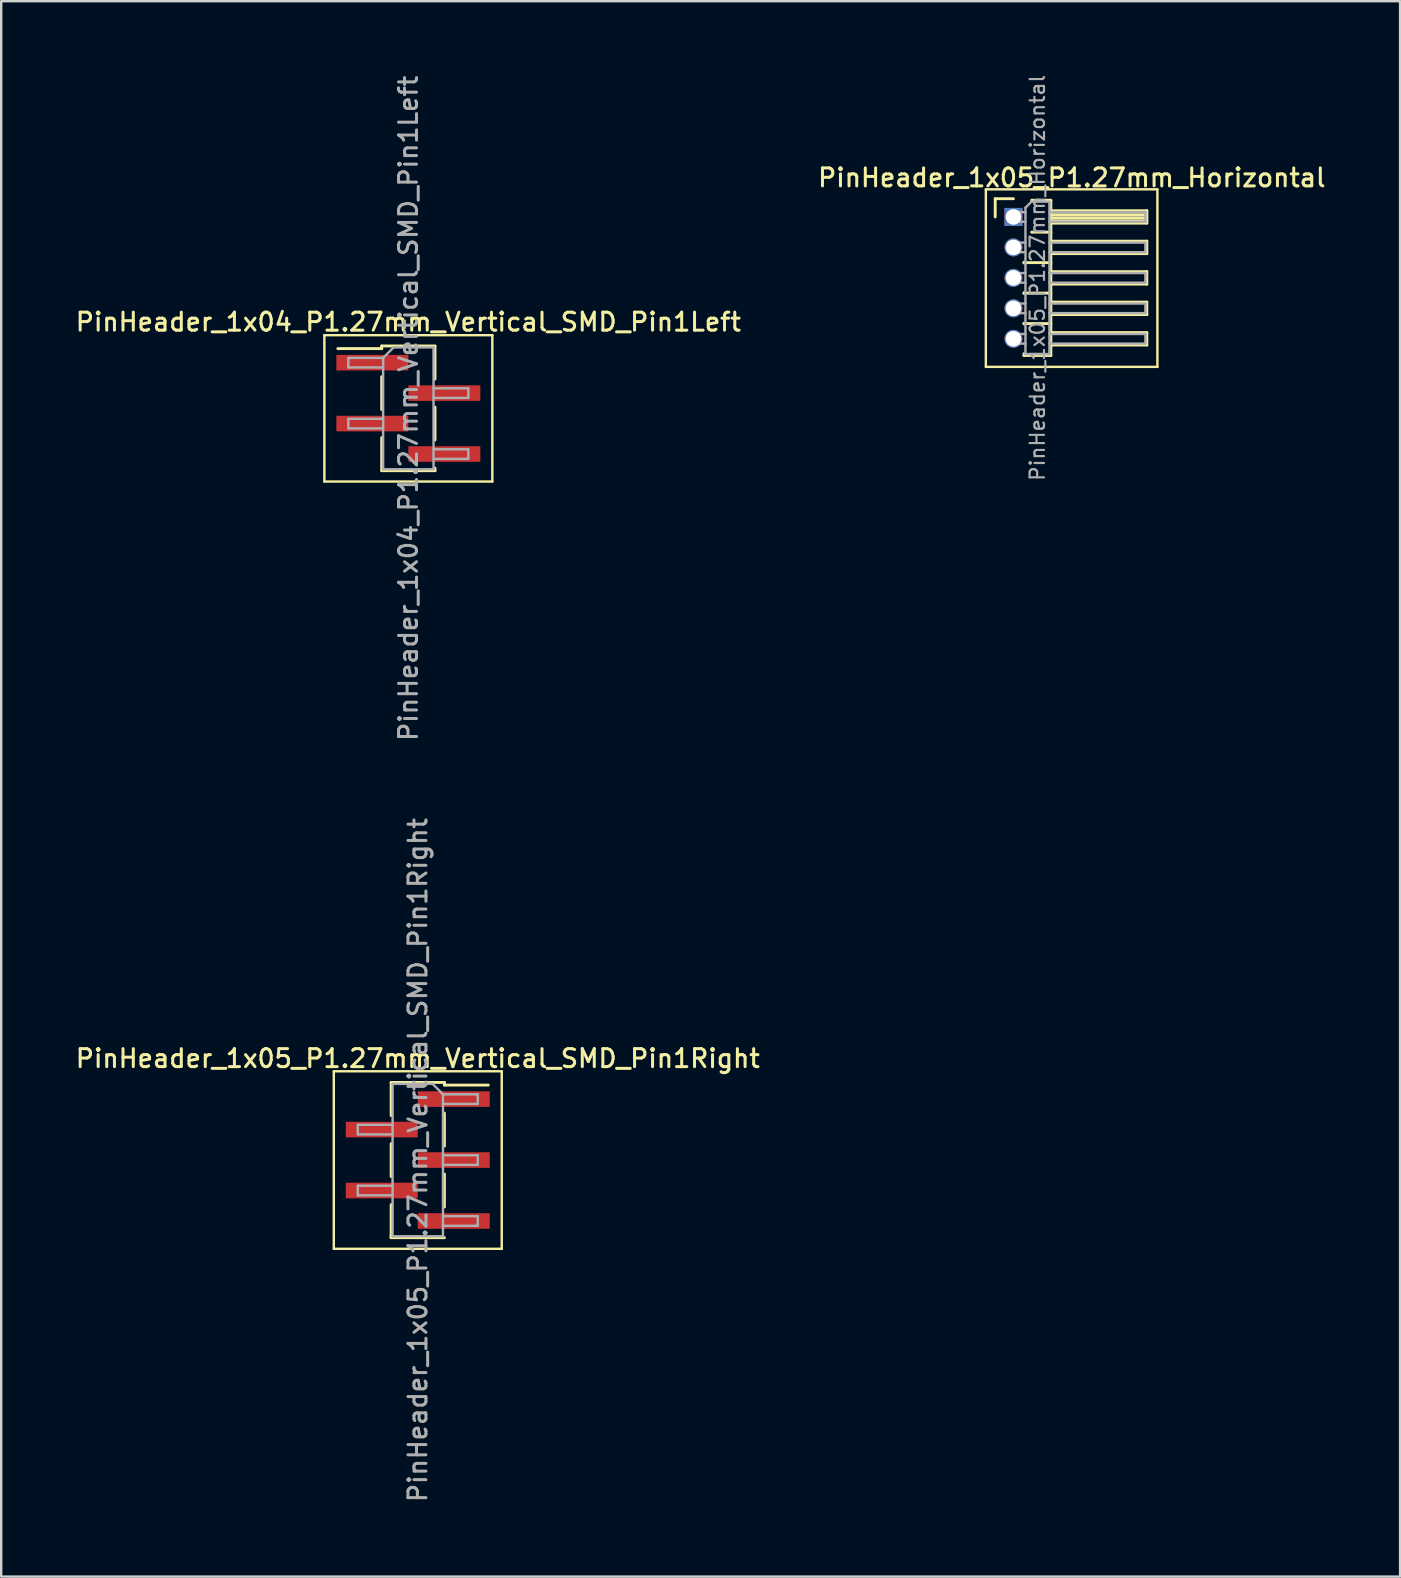
<source format=kicad_pcb>
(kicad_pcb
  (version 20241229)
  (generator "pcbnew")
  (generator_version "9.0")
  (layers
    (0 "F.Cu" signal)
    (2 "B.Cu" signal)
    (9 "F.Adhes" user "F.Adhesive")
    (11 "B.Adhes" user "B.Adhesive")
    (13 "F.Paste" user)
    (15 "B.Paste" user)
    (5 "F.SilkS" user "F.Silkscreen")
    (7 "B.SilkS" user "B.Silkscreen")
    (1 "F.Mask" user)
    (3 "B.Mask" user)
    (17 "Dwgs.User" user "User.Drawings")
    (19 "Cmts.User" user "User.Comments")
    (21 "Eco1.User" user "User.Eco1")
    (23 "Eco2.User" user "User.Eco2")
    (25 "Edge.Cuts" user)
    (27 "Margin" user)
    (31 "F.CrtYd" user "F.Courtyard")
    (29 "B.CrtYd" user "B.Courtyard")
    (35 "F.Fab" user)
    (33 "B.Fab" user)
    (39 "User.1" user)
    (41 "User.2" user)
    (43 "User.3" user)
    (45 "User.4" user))
  (footprint "PinHeader_1x05_P1.27mm_Vertical_SMD_Pin1Right"
    (layer "F.Cu")
    (at 14.363 45.302)
    (property "Reference" "PinHeader_1x05_P1.27mm_Vertical_SMD_Pin1Right" (at 0 -4.235 0) (layer "F.SilkS") (effects (font (size 0.75 0.75) (thickness 0.125))))
    (attr smd)
    (fp_line (start -3.5 -3.7) (end -3.5 3.7) (stroke (width 0.1) (type solid)) (layer "F.SilkS"))
    (fp_line (start -3.5 3.7) (end 3.5 3.7) (stroke (width 0.1) (type solid)) (layer "F.SilkS"))
    (fp_line (start -1.11 -3.235) (end 1.11 -3.235) (stroke (width 0.12) (type solid)) (layer "F.SilkS"))
    (fp_line (start -1.11 -3.225) (end -1.11 -1.855) (stroke (width 0.12) (type solid)) (layer "F.SilkS"))
    (fp_line (start -1.11 -0.685) (end -1.11 0.685) (stroke (width 0.12) (type solid)) (layer "F.SilkS"))
    (fp_line (start -1.11 1.855) (end -1.11 3.225) (stroke (width 0.12) (type solid)) (layer "F.SilkS"))
    (fp_line (start -1.11 3.125) (end -1.11 3.235) (stroke (width 0.12) (type solid)) (layer "F.SilkS"))
    (fp_line (start -1.11 3.235) (end 1.11 3.235) (stroke (width 0.12) (type solid)) (layer "F.SilkS"))
    (fp_line (start 1.11 -3.235) (end 1.11 -3.125) (stroke (width 0.12) (type solid)) (layer "F.SilkS"))
    (fp_line (start 1.11 -3.125) (end 2.94 -3.125) (stroke (width 0.12) (type solid)) (layer "F.SilkS"))
    (fp_line (start 1.11 -1.955) (end 1.11 -0.585) (stroke (width 0.12) (type solid)) (layer "F.SilkS"))
    (fp_line (start 1.11 0.585) (end 1.11 1.955) (stroke (width 0.12) (type solid)) (layer "F.SilkS"))
    (fp_line (start 3.5 -3.7) (end -3.5 -3.7) (stroke (width 0.1) (type solid)) (layer "F.SilkS"))
    (fp_line (start 3.5 3.7) (end 3.5 -3.7) (stroke (width 0.1) (type solid)) (layer "F.SilkS"))
    (fp_line (start -2.5 -1.47) (end -2.5 -1.07) (stroke (width 0.1) (type solid)) (layer "F.Fab"))
    (fp_line (start -2.5 -1.07) (end -1.05 -1.07) (stroke (width 0.1) (type solid)) (layer "F.Fab"))
    (fp_line (start -2.5 1.07) (end -2.5 1.47) (stroke (width 0.1) (type solid)) (layer "F.Fab"))
    (fp_line (start -2.5 1.47) (end -1.05 1.47) (stroke (width 0.1) (type solid)) (layer "F.Fab"))
    (fp_line (start -1.05 -3.175) (end -1.05 3.175) (stroke (width 0.1) (type solid)) (layer "F.Fab"))
    (fp_line (start -1.05 -3.175) (end 0.615 -3.175) (stroke (width 0.1) (type solid)) (layer "F.Fab"))
    (fp_line (start -1.05 -1.47) (end -2.5 -1.47) (stroke (width 0.1) (type solid)) (layer "F.Fab"))
    (fp_line (start -1.05 1.07) (end -2.5 1.07) (stroke (width 0.1) (type solid)) (layer "F.Fab"))
    (fp_line (start 1.05 -2.74) (end 0.615 -3.175) (stroke (width 0.1) (type solid)) (layer "F.Fab"))
    (fp_line (start 1.05 -2.74) (end 2.5 -2.74) (stroke (width 0.1) (type solid)) (layer "F.Fab"))
    (fp_line (start 1.05 -0.2) (end 2.5 -0.2) (stroke (width 0.1) (type solid)) (layer "F.Fab"))
    (fp_line (start 1.05 2.34) (end 2.5 2.34) (stroke (width 0.1) (type solid)) (layer "F.Fab"))
    (fp_line (start 1.05 3.175) (end -1.05 3.175) (stroke (width 0.1) (type solid)) (layer "F.Fab"))
    (fp_line (start 1.05 3.175) (end 1.05 -2.74) (stroke (width 0.1) (type solid)) (layer "F.Fab"))
    (fp_line (start 2.5 -2.74) (end 2.5 -2.34) (stroke (width 0.1) (type solid)) (layer "F.Fab"))
    (fp_line (start 2.5 -2.34) (end 1.05 -2.34) (stroke (width 0.1) (type solid)) (layer "F.Fab"))
    (fp_line (start 2.5 -0.2) (end 2.5 0.2) (stroke (width 0.1) (type solid)) (layer "F.Fab"))
    (fp_line (start 2.5 0.2) (end 1.05 0.2) (stroke (width 0.1) (type solid)) (layer "F.Fab"))
    (fp_line (start 2.5 2.34) (end 2.5 2.74) (stroke (width 0.1) (type solid)) (layer "F.Fab"))
    (fp_line (start 2.5 2.74) (end 1.05 2.74) (stroke (width 0.1) (type solid)) (layer "F.Fab"))
    (fp_text user "${REFERENCE}" (at 0 0 90) (layer "F.Fab") (effects (font (size 0.75 0.75) (thickness 0.125))))
    (pad "1" smd rect (at 1.5 -2.54) (size 3 0.65) (layers "F.Cu" "F.Mask" "F.Paste"))
    (pad "2" smd rect (at -1.5 -1.27) (size 3 0.65) (layers "F.Cu" "F.Mask" "F.Paste"))
    (pad "3" smd rect (at 1.5 0) (size 3 0.65) (layers "F.Cu" "F.Mask" "F.Paste"))
    (pad "4" smd rect (at -1.5 1.27) (size 3 0.65) (layers "F.Cu" "F.Mask" "F.Paste"))
    (pad "5" smd rect (at 1.5 2.54) (size 3 0.65) (layers "F.Cu" "F.Mask" "F.Paste")))
  (footprint "PinHeader_1x05_P1.27mm_Horizontal"
    (layer "F.Cu")
    (at 39.191 5.992)
    (property "Reference" "PinHeader_1x05_P1.27mm_Horizontal" (at 2.433 -1.635 0) (layer "F.SilkS") (effects (font (size 0.75 0.75) (thickness 0.125))))
    (attr through_hole)
    (fp_line (start -1.15 -1.15) (end -1.15 6.25) (stroke (width 0.1) (type solid)) (layer "F.SilkS"))
    (fp_line (start -1.15 6.25) (end 6 6.25) (stroke (width 0.1) (type solid)) (layer "F.SilkS"))
    (fp_line (start -0.76 -0.76) (end 0 -0.76) (stroke (width 0.12) (type solid)) (layer "F.SilkS"))
    (fp_line (start -0.76 0) (end -0.76 -0.76) (stroke (width 0.12) (type solid)) (layer "F.SilkS"))
    (fp_line (start 0.44 1.89) (end 0.44 1.92) (stroke (width 0.12) (type solid)) (layer "F.SilkS"))
    (fp_line (start 0.44 1.905) (end 1.56 1.905) (stroke (width 0.12) (type solid)) (layer "F.SilkS"))
    (fp_line (start 0.44 3.16) (end 0.44 3.19) (stroke (width 0.12) (type solid)) (layer "F.SilkS"))
    (fp_line (start 0.44 3.175) (end 1.56 3.175) (stroke (width 0.12) (type solid)) (layer "F.SilkS"))
    (fp_line (start 0.44 4.43) (end 0.44 4.46) (stroke (width 0.12) (type solid)) (layer "F.SilkS"))
    (fp_line (start 0.44 4.445) (end 1.56 4.445) (stroke (width 0.12) (type solid)) (layer "F.SilkS"))
    (fp_line (start 0.44 5.775) (end 0.44 5.7) (stroke (width 0.12) (type solid)) (layer "F.SilkS"))
    (fp_line (start 0.76 -0.695) (end 1.56 -0.695) (stroke (width 0.12) (type solid)) (layer "F.SilkS"))
    (fp_line (start 0.76 0.635) (end 1.56 0.635) (stroke (width 0.12) (type solid)) (layer "F.SilkS"))
    (fp_line (start 1.56 -0.695) (end 1.56 5.775) (stroke (width 0.12) (type solid)) (layer "F.SilkS"))
    (fp_line (start 1.56 -0.26) (end 5.56 -0.26) (stroke (width 0.12) (type solid)) (layer "F.SilkS"))
    (fp_line (start 1.56 -0.2) (end 5.56 -0.2) (stroke (width 0.12) (type solid)) (layer "F.SilkS"))
    (fp_line (start 1.56 -0.08) (end 5.56 -0.08) (stroke (width 0.12) (type solid)) (layer "F.SilkS"))
    (fp_line (start 1.56 0.04) (end 5.56 0.04) (stroke (width 0.12) (type solid)) (layer "F.SilkS"))
    (fp_line (start 1.56 0.16) (end 5.56 0.16) (stroke (width 0.12) (type solid)) (layer "F.SilkS"))
    (fp_line (start 1.56 1.01) (end 5.56 1.01) (stroke (width 0.12) (type solid)) (layer "F.SilkS"))
    (fp_line (start 1.56 2.28) (end 5.56 2.28) (stroke (width 0.12) (type solid)) (layer "F.SilkS"))
    (fp_line (start 1.56 3.55) (end 5.56 3.55) (stroke (width 0.12) (type solid)) (layer "F.SilkS"))
    (fp_line (start 1.56 4.82) (end 5.56 4.82) (stroke (width 0.12) (type solid)) (layer "F.SilkS"))
    (fp_line (start 1.56 5.775) (end 0.44 5.775) (stroke (width 0.12) (type solid)) (layer "F.SilkS"))
    (fp_line (start 5.56 -0.26) (end 5.56 0.26) (stroke (width 0.12) (type solid)) (layer "F.SilkS"))
    (fp_line (start 5.56 0.26) (end 1.56 0.26) (stroke (width 0.12) (type solid)) (layer "F.SilkS"))
    (fp_line (start 5.56 1.01) (end 5.56 1.53) (stroke (width 0.12) (type solid)) (layer "F.SilkS"))
    (fp_line (start 5.56 1.53) (end 1.56 1.53) (stroke (width 0.12) (type solid)) (layer "F.SilkS"))
    (fp_line (start 5.56 2.28) (end 5.56 2.8) (stroke (width 0.12) (type solid)) (layer "F.SilkS"))
    (fp_line (start 5.56 2.8) (end 1.56 2.8) (stroke (width 0.12) (type solid)) (layer "F.SilkS"))
    (fp_line (start 5.56 3.55) (end 5.56 4.07) (stroke (width 0.12) (type solid)) (layer "F.SilkS"))
    (fp_line (start 5.56 4.07) (end 1.56 4.07) (stroke (width 0.12) (type solid)) (layer "F.SilkS"))
    (fp_line (start 5.56 4.82) (end 5.56 5.34) (stroke (width 0.12) (type solid)) (layer "F.SilkS"))
    (fp_line (start 5.56 5.34) (end 1.56 5.34) (stroke (width 0.12) (type solid)) (layer "F.SilkS"))
    (fp_line (start 6 -1.15) (end -1.15 -1.15) (stroke (width 0.1) (type solid)) (layer "F.SilkS"))
    (fp_line (start 6 6.25) (end 6 -1.15) (stroke (width 0.1) (type solid)) (layer "F.SilkS"))
    (fp_line (start -0.2 -0.2) (end -0.2 0.2) (stroke (width 0.1) (type solid)) (layer "F.Fab"))
    (fp_line (start -0.2 -0.2) (end 0.5 -0.2) (stroke (width 0.1) (type solid)) (layer "F.Fab"))
    (fp_line (start -0.2 0.2) (end 0.5 0.2) (stroke (width 0.1) (type solid)) (layer "F.Fab"))
    (fp_line (start -0.2 1.07) (end -0.2 1.47) (stroke (width 0.1) (type solid)) (layer "F.Fab"))
    (fp_line (start -0.2 1.07) (end 0.5 1.07) (stroke (width 0.1) (type solid)) (layer "F.Fab"))
    (fp_line (start -0.2 1.47) (end 0.5 1.47) (stroke (width 0.1) (type solid)) (layer "F.Fab"))
    (fp_line (start -0.2 2.34) (end -0.2 2.74) (stroke (width 0.1) (type solid)) (layer "F.Fab"))
    (fp_line (start -0.2 2.34) (end 0.5 2.34) (stroke (width 0.1) (type solid)) (layer "F.Fab"))
    (fp_line (start -0.2 2.74) (end 0.5 2.74) (stroke (width 0.1) (type solid)) (layer "F.Fab"))
    (fp_line (start -0.2 3.61) (end -0.2 4.01) (stroke (width 0.1) (type solid)) (layer "F.Fab"))
    (fp_line (start -0.2 3.61) (end 0.5 3.61) (stroke (width 0.1) (type solid)) (layer "F.Fab"))
    (fp_line (start -0.2 4.01) (end 0.5 4.01) (stroke (width 0.1) (type solid)) (layer "F.Fab"))
    (fp_line (start -0.2 4.88) (end -0.2 5.28) (stroke (width 0.1) (type solid)) (layer "F.Fab"))
    (fp_line (start -0.2 4.88) (end 0.5 4.88) (stroke (width 0.1) (type solid)) (layer "F.Fab"))
    (fp_line (start -0.2 5.28) (end 0.5 5.28) (stroke (width 0.1) (type solid)) (layer "F.Fab"))
    (fp_line (start 0.5 -0.385) (end 0.75 -0.635) (stroke (width 0.1) (type solid)) (layer "F.Fab"))
    (fp_line (start 0.5 5.715) (end 0.5 -0.385) (stroke (width 0.1) (type solid)) (layer "F.Fab"))
    (fp_line (start 0.75 -0.635) (end 1.5 -0.635) (stroke (width 0.1) (type solid)) (layer "F.Fab"))
    (fp_line (start 1.5 -0.635) (end 1.5 5.715) (stroke (width 0.1) (type solid)) (layer "F.Fab"))
    (fp_line (start 1.5 -0.2) (end 5.5 -0.2) (stroke (width 0.1) (type solid)) (layer "F.Fab"))
    (fp_line (start 1.5 0.2) (end 5.5 0.2) (stroke (width 0.1) (type solid)) (layer "F.Fab"))
    (fp_line (start 1.5 1.07) (end 5.5 1.07) (stroke (width 0.1) (type solid)) (layer "F.Fab"))
    (fp_line (start 1.5 1.47) (end 5.5 1.47) (stroke (width 0.1) (type solid)) (layer "F.Fab"))
    (fp_line (start 1.5 2.34) (end 5.5 2.34) (stroke (width 0.1) (type solid)) (layer "F.Fab"))
    (fp_line (start 1.5 2.74) (end 5.5 2.74) (stroke (width 0.1) (type solid)) (layer "F.Fab"))
    (fp_line (start 1.5 3.61) (end 5.5 3.61) (stroke (width 0.1) (type solid)) (layer "F.Fab"))
    (fp_line (start 1.5 4.01) (end 5.5 4.01) (stroke (width 0.1) (type solid)) (layer "F.Fab"))
    (fp_line (start 1.5 4.88) (end 5.5 4.88) (stroke (width 0.1) (type solid)) (layer "F.Fab"))
    (fp_line (start 1.5 5.28) (end 5.5 5.28) (stroke (width 0.1) (type solid)) (layer "F.Fab"))
    (fp_line (start 1.5 5.715) (end 0.5 5.715) (stroke (width 0.1) (type solid)) (layer "F.Fab"))
    (fp_line (start 5.5 -0.2) (end 5.5 0.2) (stroke (width 0.1) (type solid)) (layer "F.Fab"))
    (fp_line (start 5.5 1.07) (end 5.5 1.47) (stroke (width 0.1) (type solid)) (layer "F.Fab"))
    (fp_line (start 5.5 2.34) (end 5.5 2.74) (stroke (width 0.1) (type solid)) (layer "F.Fab"))
    (fp_line (start 5.5 3.61) (end 5.5 4.01) (stroke (width 0.1) (type solid)) (layer "F.Fab"))
    (fp_line (start 5.5 4.88) (end 5.5 5.28) (stroke (width 0.1) (type solid)) (layer "F.Fab"))
    (fp_text user "${REFERENCE}" (at 1 2.54 90) (layer "F.Fab") (effects (font (size 0.6 0.6) (thickness 0.09))))
    (pad "1" thru_hole rect (at 0 0) (size 0.75 0.75) (drill 0.65) (layers "*.Cu" "*.Mask"))
    (pad "2" thru_hole oval (at 0 1.27) (size 0.75 0.75) (drill 0.65) (layers "*.Cu" "*.Mask"))
    (pad "3" thru_hole oval (at 0 2.54) (size 0.75 0.75) (drill 0.65) (layers "*.Cu" "*.Mask"))
    (pad "4" thru_hole oval (at 0 3.81) (size 0.75 0.75) (drill 0.65) (layers "*.Cu" "*.Mask"))
    (pad "5" thru_hole oval (at 0 5.08) (size 0.75 0.75) (drill 0.65) (layers "*.Cu" "*.Mask")))
  (footprint "PinHeader_1x04_P1.27mm_Vertical_SMD_Pin1Left"
    (layer "F.Cu")
    (at 13.97 13.97)
    (property "Reference" "PinHeader_1x04_P1.27mm_Vertical_SMD_Pin1Left" (at 0 -3.6 0) (layer "F.SilkS") (effects (font (size 0.75 0.75) (thickness 0.125))))
    (attr smd)
    (fp_line (start -3.5 -3.05) (end -3.5 3.05) (stroke (width 0.1) (type solid)) (layer "F.SilkS"))
    (fp_line (start -3.5 3.05) (end 3.5 3.05) (stroke (width 0.1) (type solid)) (layer "F.SilkS"))
    (fp_line (start -1.11 -2.6) (end -1.11 -2.49) (stroke (width 0.12) (type solid)) (layer "F.SilkS"))
    (fp_line (start -1.11 -2.6) (end 1.11 -2.6) (stroke (width 0.12) (type solid)) (layer "F.SilkS"))
    (fp_line (start -1.11 -2.49) (end -2.94 -2.49) (stroke (width 0.12) (type solid)) (layer "F.SilkS"))
    (fp_line (start -1.11 -1.32) (end -1.11 0.05) (stroke (width 0.12) (type solid)) (layer "F.SilkS"))
    (fp_line (start -1.11 1.22) (end -1.11 2.59) (stroke (width 0.12) (type solid)) (layer "F.SilkS"))
    (fp_line (start -1.11 2.6) (end 1.11 2.6) (stroke (width 0.12) (type solid)) (layer "F.SilkS"))
    (fp_line (start 1.11 -2.59) (end 1.11 -1.22) (stroke (width 0.12) (type solid)) (layer "F.SilkS"))
    (fp_line (start 1.11 -0.05) (end 1.11 1.32) (stroke (width 0.12) (type solid)) (layer "F.SilkS"))
    (fp_line (start 1.11 2.49) (end 1.11 2.6) (stroke (width 0.12) (type solid)) (layer "F.SilkS"))
    (fp_line (start 3.5 -3.05) (end -3.5 -3.05) (stroke (width 0.1) (type solid)) (layer "F.SilkS"))
    (fp_line (start 3.5 3.05) (end 3.5 -3.05) (stroke (width 0.1) (type solid)) (layer "F.SilkS"))
    (fp_line (start -2.5 -2.105) (end -2.5 -1.705) (stroke (width 0.1) (type solid)) (layer "F.Fab"))
    (fp_line (start -2.5 -1.705) (end -1.05 -1.705) (stroke (width 0.1) (type solid)) (layer "F.Fab"))
    (fp_line (start -2.5 0.435) (end -2.5 0.835) (stroke (width 0.1) (type solid)) (layer "F.Fab"))
    (fp_line (start -2.5 0.835) (end -1.05 0.835) (stroke (width 0.1) (type solid)) (layer "F.Fab"))
    (fp_line (start -1.05 -2.105) (end -2.5 -2.105) (stroke (width 0.1) (type solid)) (layer "F.Fab"))
    (fp_line (start -1.05 -2.105) (end -0.615 -2.54) (stroke (width 0.1) (type solid)) (layer "F.Fab"))
    (fp_line (start -1.05 0.435) (end -2.5 0.435) (stroke (width 0.1) (type solid)) (layer "F.Fab"))
    (fp_line (start -1.05 2.54) (end -1.05 -2.105) (stroke (width 0.1) (type solid)) (layer "F.Fab"))
    (fp_line (start -0.615 -2.54) (end 1.05 -2.54) (stroke (width 0.1) (type solid)) (layer "F.Fab"))
    (fp_line (start 1.05 -2.54) (end 1.05 2.54) (stroke (width 0.1) (type solid)) (layer "F.Fab"))
    (fp_line (start 1.05 -0.835) (end 2.5 -0.835) (stroke (width 0.1) (type solid)) (layer "F.Fab"))
    (fp_line (start 1.05 1.705) (end 2.5 1.705) (stroke (width 0.1) (type solid)) (layer "F.Fab"))
    (fp_line (start 1.05 2.54) (end -1.05 2.54) (stroke (width 0.1) (type solid)) (layer "F.Fab"))
    (fp_line (start 2.5 -0.835) (end 2.5 -0.435) (stroke (width 0.1) (type solid)) (layer "F.Fab"))
    (fp_line (start 2.5 -0.435) (end 1.05 -0.435) (stroke (width 0.1) (type solid)) (layer "F.Fab"))
    (fp_line (start 2.5 1.705) (end 2.5 2.105) (stroke (width 0.1) (type solid)) (layer "F.Fab"))
    (fp_line (start 2.5 2.105) (end 1.05 2.105) (stroke (width 0.1) (type solid)) (layer "F.Fab"))
    (fp_text user "${REFERENCE}" (at 0 0 90) (layer "F.Fab") (effects (font (size 0.75 0.75) (thickness 0.125))))
    (pad "1" smd rect (at -1.5 -1.905) (size 3 0.65) (layers "F.Cu" "F.Mask" "F.Paste"))
    (pad "2" smd rect (at 1.5 -0.635) (size 3 0.65) (layers "F.Cu" "F.Mask" "F.Paste"))
    (pad "3" smd rect (at -1.5 0.635) (size 3 0.65) (layers "F.Cu" "F.Mask" "F.Paste"))
    (pad "4" smd rect (at 1.5 1.905) (size 3 0.65) (layers "F.Cu" "F.Mask" "F.Paste")))
  (gr_rect
    (start -3 -3)
    (end 55.307 62.664)
    (stroke (width 0.1) (type default))
    (fill no)
    (layer "Edge.Cuts")))
</source>
